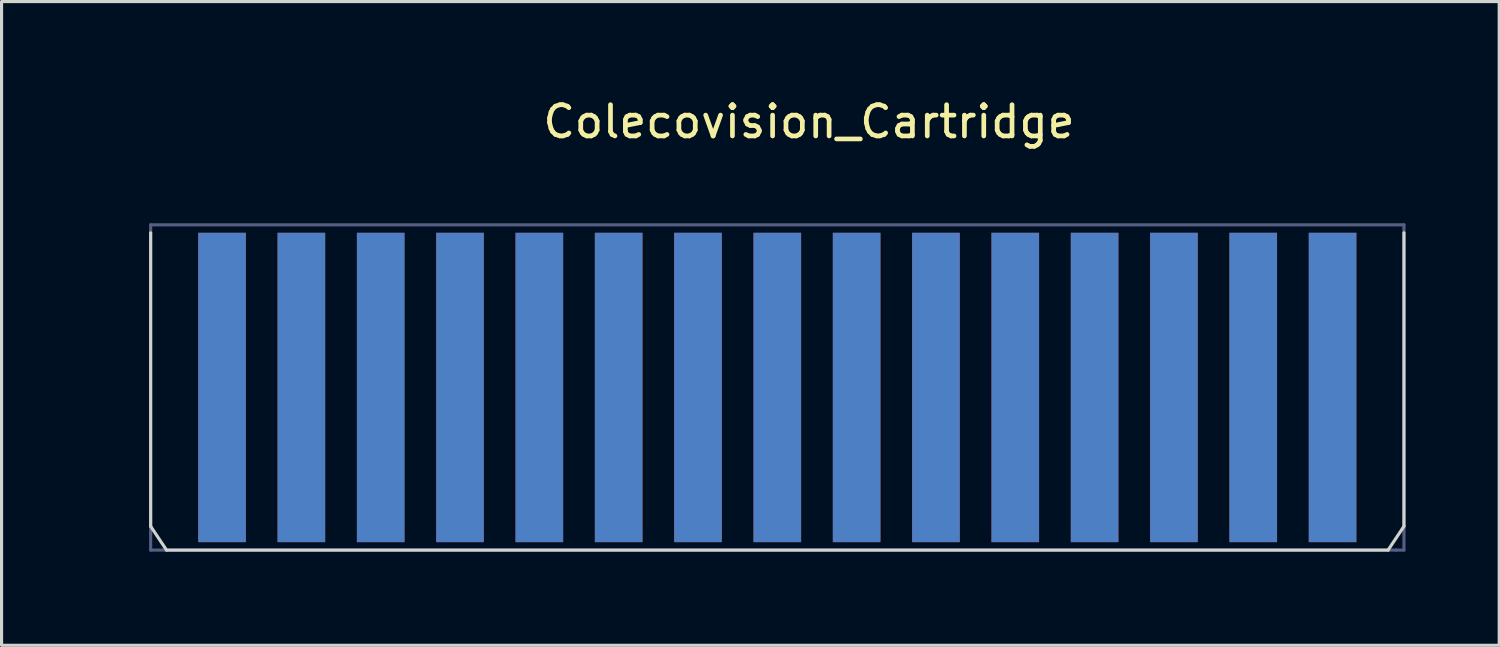
<source format=kicad_pcb>
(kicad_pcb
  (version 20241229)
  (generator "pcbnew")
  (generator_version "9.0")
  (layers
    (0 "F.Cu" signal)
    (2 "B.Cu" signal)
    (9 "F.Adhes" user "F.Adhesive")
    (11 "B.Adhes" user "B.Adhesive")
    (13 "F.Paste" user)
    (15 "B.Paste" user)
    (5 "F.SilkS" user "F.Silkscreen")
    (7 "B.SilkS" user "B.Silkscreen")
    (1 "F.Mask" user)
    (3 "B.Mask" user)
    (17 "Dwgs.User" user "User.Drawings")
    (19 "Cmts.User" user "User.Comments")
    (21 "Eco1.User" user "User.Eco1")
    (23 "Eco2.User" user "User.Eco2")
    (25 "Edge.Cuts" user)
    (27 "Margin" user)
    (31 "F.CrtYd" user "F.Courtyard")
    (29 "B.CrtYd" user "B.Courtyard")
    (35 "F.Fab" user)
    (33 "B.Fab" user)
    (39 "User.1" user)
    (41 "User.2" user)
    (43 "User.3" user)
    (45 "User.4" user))
  (footprint "Colecovision_Cartridge"
    (layer "F.Cu")
    (at 0.25 11.262)
    (property "Reference" "Colecovision_Cartridge" (at 22.606 -10.414 0) (layer "F.SilkS") (effects (font (size 1 1) (thickness 0.15))))
    (attr exclude_from_pos_files exclude_from_bom)
    (fp_line (start 1.524 2.54) (end 1.524 -6.858) (stroke (width 0.1) (type solid)) (layer "Edge.Cuts"))
    (fp_line (start 2.032 3.302) (end 1.524 2.54) (stroke (width 0.1) (type solid)) (layer "Edge.Cuts"))
    (fp_line (start 41.148 3.302) (end 2.032 3.302) (stroke (width 0.1) (type solid)) (layer "Edge.Cuts"))
    (fp_line (start 41.656 -6.858) (end 41.656 2.54) (stroke (width 0.1) (type solid)) (layer "Edge.Cuts"))
    (fp_line (start 41.656 2.54) (end 41.148 3.302) (stroke (width 0.1) (type solid)) (layer "Edge.Cuts"))
    (fp_line (start 1.524 -7.112) (end 41.656 -7.112) (stroke (width 0.1) (type solid)) (layer "B.Fab"))
    (fp_line (start 1.524 3.302) (end 1.524 -7.112) (stroke (width 0.1) (type solid)) (layer "B.Fab"))
    (fp_line (start 41.402 3.302) (end 1.524 3.302) (stroke (width 0.1) (type solid)) (layer "B.Fab"))
    (fp_line (start 41.402 3.302) (end 41.656 3.302) (stroke (width 0.1) (type solid)) (layer "B.Fab"))
    (fp_line (start 41.656 -7.112) (end 41.656 -6.858) (stroke (width 0.1) (type solid)) (layer "B.Fab"))
    (fp_line (start 41.656 3.302) (end 41.656 -6.858) (stroke (width 0.1) (type solid)) (layer "B.Fab"))
    (pad "1" connect rect (at 3.81 -1.905) (size 1.524 9.906) (layers "B.Cu" "B.Mask"))
    (pad "2" connect rect (at 3.81 -1.905) (size 1.524 9.906) (layers "F.Cu" "F.Mask"))
    (pad "3" connect rect (at 6.35 -1.905) (size 1.524 9.906) (layers "B.Cu" "B.Mask"))
    (pad "4" connect rect (at 6.35 -1.905) (size 1.524 9.906) (layers "F.Cu" "F.Mask"))
    (pad "5" connect rect (at 8.89 -1.905) (size 1.524 9.906) (layers "B.Cu" "B.Mask"))
    (pad "6" connect rect (at 8.89 -1.905) (size 1.524 9.906) (layers "F.Cu" "F.Mask"))
    (pad "7" connect rect (at 11.43 -1.905) (size 1.524 9.906) (layers "B.Cu" "B.Mask"))
    (pad "8" connect rect (at 11.43 -1.905) (size 1.524 9.906) (layers "F.Cu" "F.Mask"))
    (pad "9" connect rect (at 13.97 -1.905) (size 1.524 9.906) (layers "B.Cu" "B.Mask"))
    (pad "10" connect rect (at 13.97 -1.905) (size 1.524 9.906) (layers "F.Cu" "F.Mask"))
    (pad "11" connect rect (at 16.51 -1.905) (size 1.524 9.906) (layers "B.Cu" "B.Mask"))
    (pad "12" connect rect (at 16.51 -1.905) (size 1.524 9.906) (layers "F.Cu" "F.Mask"))
    (pad "13" connect rect (at 19.05 -1.905) (size 1.524 9.906) (layers "B.Cu" "B.Mask"))
    (pad "14" connect rect (at 19.05 -1.905) (size 1.524 9.906) (layers "F.Cu" "F.Mask"))
    (pad "15" connect rect (at 21.59 -1.905) (size 1.524 9.906) (layers "B.Cu" "B.Mask"))
    (pad "16" connect rect (at 21.59 -1.905) (size 1.524 9.906) (layers "F.Cu" "F.Mask"))
    (pad "17" connect rect (at 24.13 -1.905) (size 1.524 9.906) (layers "B.Cu" "B.Mask"))
    (pad "18" connect rect (at 24.13 -1.905) (size 1.524 9.906) (layers "F.Cu" "F.Mask"))
    (pad "19" connect rect (at 26.67 -1.905) (size 1.524 9.906) (layers "B.Cu" "B.Mask"))
    (pad "20" connect rect (at 26.67 -1.905) (size 1.524 9.906) (layers "F.Cu" "F.Mask"))
    (pad "21" connect rect (at 29.21 -1.905) (size 1.524 9.906) (layers "B.Cu" "B.Mask"))
    (pad "22" connect rect (at 29.21 -1.905) (size 1.524 9.906) (layers "F.Cu" "F.Mask"))
    (pad "23" connect rect (at 31.75 -1.905) (size 1.524 9.906) (layers "B.Cu" "B.Mask"))
    (pad "24" connect rect (at 31.75 -1.905) (size 1.524 9.906) (layers "F.Cu" "F.Mask"))
    (pad "25" connect rect (at 34.29 -1.905) (size 1.524 9.906) (layers "B.Cu" "B.Mask"))
    (pad "26" connect rect (at 34.29 -1.905) (size 1.524 9.906) (layers "F.Cu" "F.Mask"))
    (pad "27" connect rect (at 36.83 -1.905) (size 1.524 9.906) (layers "B.Cu" "B.Mask"))
    (pad "28" connect rect (at 36.83 -1.905) (size 1.524 9.906) (layers "F.Cu" "F.Mask"))
    (pad "29" connect rect (at 39.37 -1.905) (size 1.524 9.906) (layers "B.Cu" "B.Mask"))
    (pad "30" connect rect (at 39.37 -1.905) (size 1.524 9.906) (layers "F.Cu" "F.Mask")))
  (gr_rect
    (start -3 -3)
    (end 44.956 17.614)
    (stroke (width 0.1) (type default))
    (fill no)
    (layer "Edge.Cuts")))
</source>
